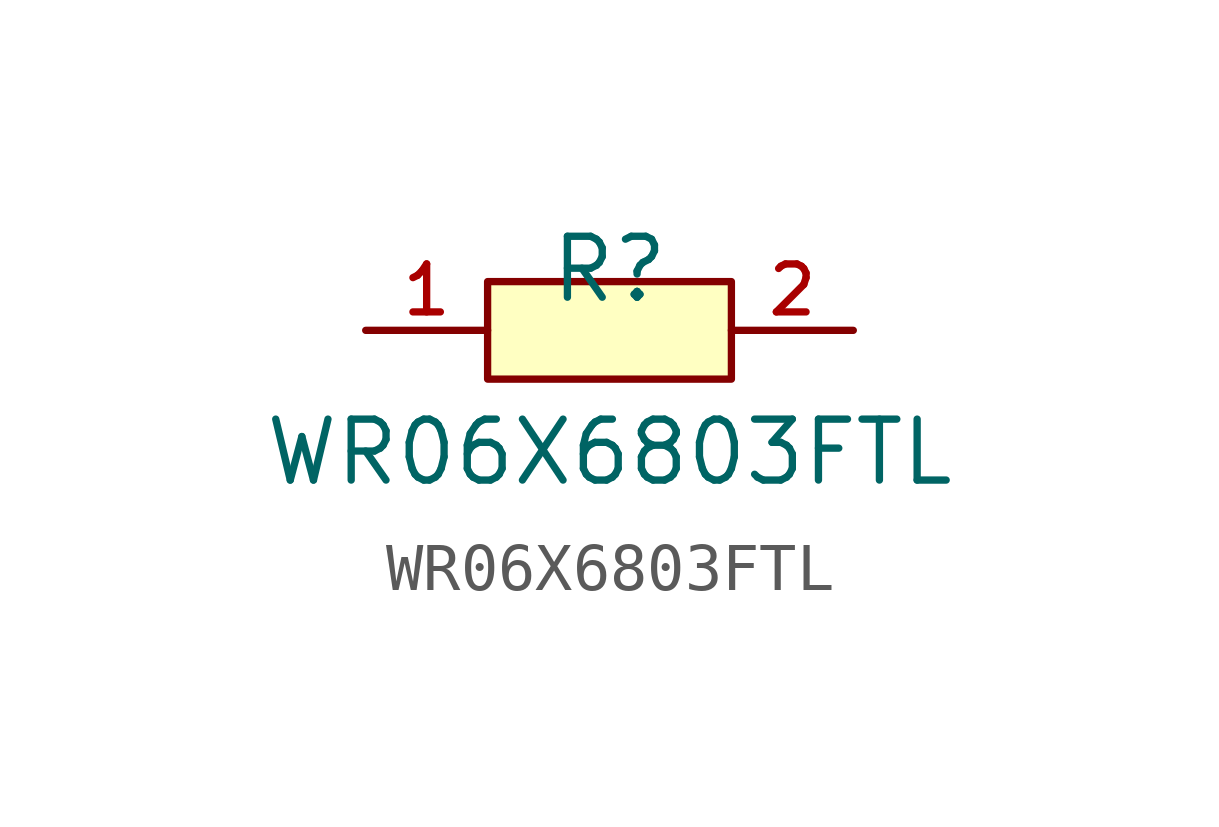
<source format=kicad_sym>
(kicad_symbol_lib
  (version 20210201)
  (generator TousstNicolas/JLC2KiCad_lib)
  (symbol "WR06X6803FTL"
    (pin_names hide)
    (property "Reference" "R"
      (at 0 1.27 0)
      (effects (font (size 1.27 1.27))))
    (property "Value" "WR06X6803FTL"
      (at 0 -2.54 0)
      (effects (font (size 1.27 1.27))))
    (symbol "WR06X6803FTL_0_1"
      (rectangle (start -2.54 1.016) (end 2.54 -1.016) (stroke (width 0) (type default) (color 0 0 0 0)) (fill (type background)))
      (pin unspecified line (at 5.08 -0.0 180) (length 2.54) (name "2" (effects (font (size 1 1)))) (number "2" (effects (font (size 1 1)))))
      (pin unspecified line (at -5.08 -0.0 0) (length 2.54) (name "1" (effects (font (size 1 1)))) (number "1" (effects (font (size 1 1))))))))
</source>
